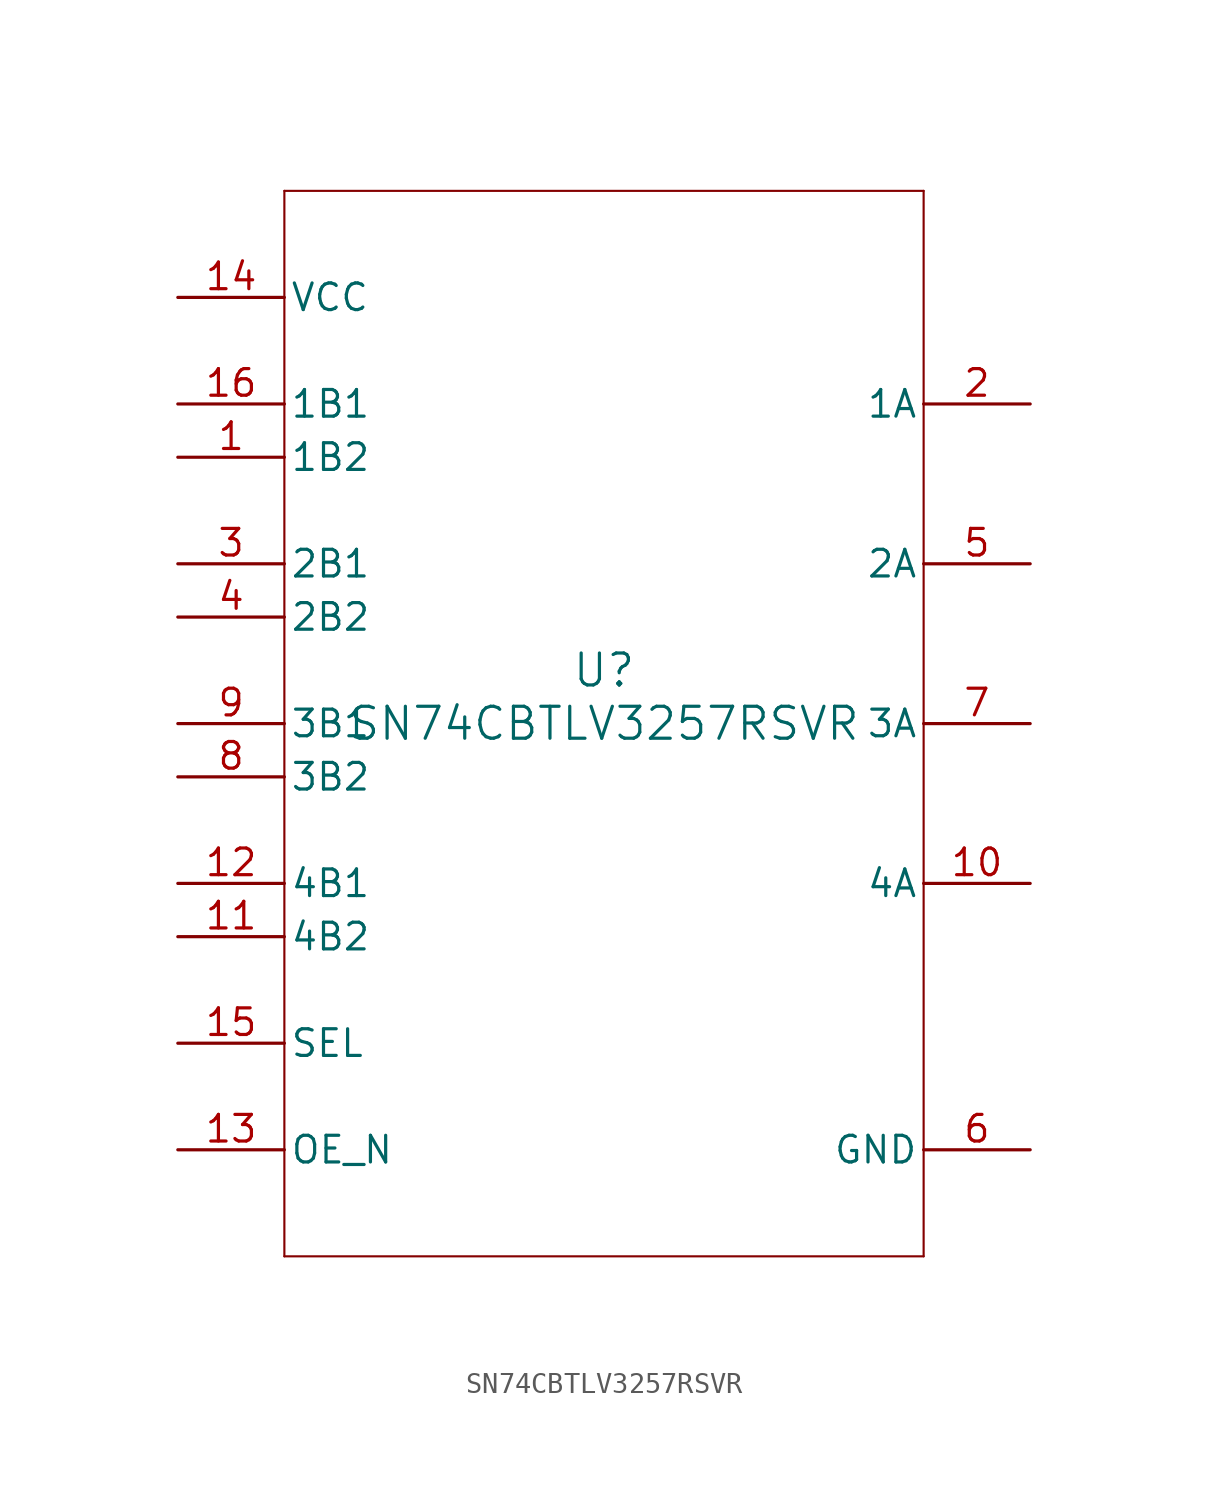
<source format=kicad_sym>
(kicad_symbol_lib
  (version 20211014)
  (generator kicad_symbol_editor)
  (symbol "SN74CBTLV3257RSVR"
    (pin_names
      (offset 0.254))
    (property "Reference" "U"
      (at 0 2.54 0)
      (effects (font (size 1.524 1.524))))
    (property "Value" "SN74CBTLV3257RSVR"
      (at 0 0 0)
      (effects (font (size 1.524 1.524))))
    (symbol "SN74CBTLV3257RSVR_0_1"
      (polyline (pts (xy -15.24 -25.4) (xy 15.24 -25.4)) (stroke (width 0.102) (type default) (color 0 0 0 0)) (fill (type none)))
      (polyline (pts (xy 15.24 -25.4) (xy 15.24 25.4)) (stroke (width 0.102) (type default) (color 0 0 0 0)) (fill (type none)))
      (polyline (pts (xy 15.24 25.4) (xy -15.24 25.4)) (stroke (width 0.102) (type default) (color 0 0 0 0)) (fill (type none)))
      (polyline (pts (xy -15.24 25.4) (xy -15.24 -25.4)) (stroke (width 0.102) (type default) (color 0 0 0 0)) (fill (type none)))
      (pin input line (at -20.32 12.7 0) (length 5.08) (name "1B2" (effects (font (size 1.27 1.27)))) (number "1" (effects (font (size 1.27 1.27)))))
      (pin output line (at 20.32 15.24 180) (length 5.08) (name "1A" (effects (font (size 1.27 1.27)))) (number "2" (effects (font (size 1.27 1.27)))))
      (pin input line (at -20.32 7.62 0) (length 5.08) (name "2B1" (effects (font (size 1.27 1.27)))) (number "3" (effects (font (size 1.27 1.27)))))
      (pin input line (at -20.32 5.08 0) (length 5.08) (name "2B2" (effects (font (size 1.27 1.27)))) (number "4" (effects (font (size 1.27 1.27)))))
      (pin output line (at 20.32 7.62 180) (length 5.08) (name "2A" (effects (font (size 1.27 1.27)))) (number "5" (effects (font (size 1.27 1.27)))))
      (pin power_in line (at 20.32 -20.32 180) (length 5.08) (name "GND" (effects (font (size 1.27 1.27)))) (number "6" (effects (font (size 1.27 1.27)))))
      (pin output line (at 20.32 0 180) (length 5.08) (name "3A" (effects (font (size 1.27 1.27)))) (number "7" (effects (font (size 1.27 1.27)))))
      (pin input line (at -20.32 -2.54 0) (length 5.08) (name "3B2" (effects (font (size 1.27 1.27)))) (number "8" (effects (font (size 1.27 1.27)))))
      (pin input line (at -20.32 0 0) (length 5.08) (name "3B1" (effects (font (size 1.27 1.27)))) (number "9" (effects (font (size 1.27 1.27)))))
      (pin output line (at 20.32 -7.62 180) (length 5.08) (name "4A" (effects (font (size 1.27 1.27)))) (number "10" (effects (font (size 1.27 1.27)))))
      (pin input line (at -20.32 -10.16 0) (length 5.08) (name "4B2" (effects (font (size 1.27 1.27)))) (number "11" (effects (font (size 1.27 1.27)))))
      (pin input line (at -20.32 -7.62 0) (length 5.08) (name "4B1" (effects (font (size 1.27 1.27)))) (number "12" (effects (font (size 1.27 1.27)))))
      (pin input line (at -20.32 -20.32 0) (length 5.08) (name "OE_N" (effects (font (size 1.27 1.27)))) (number "13" (effects (font (size 1.27 1.27)))))
      (pin power_in line (at -20.32 20.32 0) (length 5.08) (name "VCC" (effects (font (size 1.27 1.27)))) (number "14" (effects (font (size 1.27 1.27)))))
      (pin input line (at -20.32 -15.24 0) (length 5.08) (name "SEL" (effects (font (size 1.27 1.27)))) (number "15" (effects (font (size 1.27 1.27)))))
      (pin input line (at -20.32 15.24 0) (length 5.08) (name "1B1" (effects (font (size 1.27 1.27)))) (number "16" (effects (font (size 1.27 1.27))))))))
</source>
